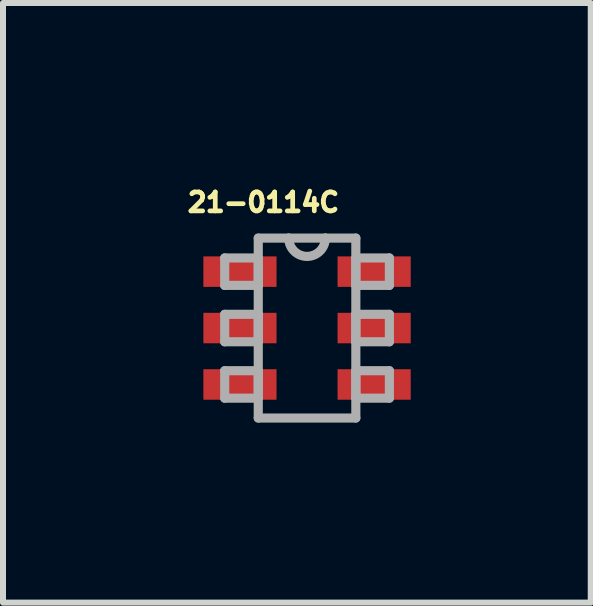
<source format=kicad_pcb>
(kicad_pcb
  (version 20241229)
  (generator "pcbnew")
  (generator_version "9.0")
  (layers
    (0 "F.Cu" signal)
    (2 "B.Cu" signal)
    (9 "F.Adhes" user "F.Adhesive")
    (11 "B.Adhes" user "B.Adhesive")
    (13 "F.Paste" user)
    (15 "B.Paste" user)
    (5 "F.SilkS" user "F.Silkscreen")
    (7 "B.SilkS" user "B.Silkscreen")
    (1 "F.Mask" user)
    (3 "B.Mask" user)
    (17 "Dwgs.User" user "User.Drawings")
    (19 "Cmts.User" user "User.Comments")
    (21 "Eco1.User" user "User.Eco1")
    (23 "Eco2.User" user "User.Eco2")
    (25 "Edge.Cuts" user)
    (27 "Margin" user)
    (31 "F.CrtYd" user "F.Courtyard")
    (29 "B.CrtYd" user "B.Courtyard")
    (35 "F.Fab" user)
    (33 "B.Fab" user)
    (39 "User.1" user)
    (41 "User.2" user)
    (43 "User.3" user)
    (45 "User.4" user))
  (footprint "21-0114C"
    (layer "F.Cu")
    (at 2.066 2.416)
    (property "Reference" "21-0114C" (at -0.727 -2.094 0) (layer "F.SilkS") (effects (font (size 0.315 0.315) (thickness 0.15))))
    (attr smd)
    (fp_line (start -1.372 -1.168) (end -1.372 -0.711) (stroke (width 0.152) (type solid)) (layer "F.Fab"))
    (fp_line (start -1.372 -0.711) (end -0.813 -0.711) (stroke (width 0.152) (type solid)) (layer "F.Fab"))
    (fp_line (start -1.372 -0.229) (end -1.372 0.229) (stroke (width 0.152) (type solid)) (layer "F.Fab"))
    (fp_line (start -1.372 0.229) (end -0.813 0.229) (stroke (width 0.152) (type solid)) (layer "F.Fab"))
    (fp_line (start -1.372 0.711) (end -1.372 1.168) (stroke (width 0.152) (type solid)) (layer "F.Fab"))
    (fp_line (start -1.372 1.168) (end -0.813 1.168) (stroke (width 0.152) (type solid)) (layer "F.Fab"))
    (fp_line (start -0.813 -1.499) (end -0.813 1.499) (stroke (width 0.152) (type solid)) (layer "F.Fab"))
    (fp_line (start -0.813 -1.168) (end -1.372 -1.168) (stroke (width 0.152) (type solid)) (layer "F.Fab"))
    (fp_line (start -0.813 -0.711) (end -0.813 -1.168) (stroke (width 0.152) (type solid)) (layer "F.Fab"))
    (fp_line (start -0.813 -0.229) (end -1.372 -0.229) (stroke (width 0.152) (type solid)) (layer "F.Fab"))
    (fp_line (start -0.813 0.229) (end -0.813 -0.229) (stroke (width 0.152) (type solid)) (layer "F.Fab"))
    (fp_line (start -0.813 0.711) (end -1.372 0.711) (stroke (width 0.152) (type solid)) (layer "F.Fab"))
    (fp_line (start -0.813 1.168) (end -0.813 0.711) (stroke (width 0.152) (type solid)) (layer "F.Fab"))
    (fp_line (start -0.813 1.499) (end 0.813 1.499) (stroke (width 0.152) (type solid)) (layer "F.Fab"))
    (fp_line (start -0.305 -1.499) (end -0.813 -1.499) (stroke (width 0.152) (type solid)) (layer "F.Fab"))
    (fp_line (start 0.305 -1.499) (end -0.305 -1.499) (stroke (width 0.152) (type solid)) (layer "F.Fab"))
    (fp_line (start 0.813 -1.499) (end 0.305 -1.499) (stroke (width 0.152) (type solid)) (layer "F.Fab"))
    (fp_line (start 0.813 -1.168) (end 0.813 -0.711) (stroke (width 0.152) (type solid)) (layer "F.Fab"))
    (fp_line (start 0.813 -0.711) (end 1.372 -0.711) (stroke (width 0.152) (type solid)) (layer "F.Fab"))
    (fp_line (start 0.813 -0.229) (end 0.813 0.229) (stroke (width 0.152) (type solid)) (layer "F.Fab"))
    (fp_line (start 0.813 0.229) (end 1.372 0.229) (stroke (width 0.152) (type solid)) (layer "F.Fab"))
    (fp_line (start 0.813 0.711) (end 0.813 1.168) (stroke (width 0.152) (type solid)) (layer "F.Fab"))
    (fp_line (start 0.813 1.168) (end 1.372 1.168) (stroke (width 0.152) (type solid)) (layer "F.Fab"))
    (fp_line (start 0.813 1.499) (end 0.813 -1.499) (stroke (width 0.152) (type solid)) (layer "F.Fab"))
    (fp_line (start 1.372 -1.168) (end 0.813 -1.168) (stroke (width 0.152) (type solid)) (layer "F.Fab"))
    (fp_line (start 1.372 -0.711) (end 1.372 -1.168) (stroke (width 0.152) (type solid)) (layer "F.Fab"))
    (fp_line (start 1.372 -0.229) (end 0.813 -0.229) (stroke (width 0.152) (type solid)) (layer "F.Fab"))
    (fp_line (start 1.372 0.229) (end 1.372 -0.229) (stroke (width 0.152) (type solid)) (layer "F.Fab"))
    (fp_line (start 1.372 0.711) (end 0.813 0.711) (stroke (width 0.152) (type solid)) (layer "F.Fab"))
    (fp_line (start 1.372 1.168) (end 1.372 0.711) (stroke (width 0.152) (type solid)) (layer "F.Fab"))
    (fp_arc (start 0.3048 -1.4986) (mid 0 -1.1938) (end -0.3048 -1.4986) (stroke (width 0.1524) (type solid)) (layer "F.Fab"))
    (pad "1" smd rect (at -1.118 -0.94) (size 1.219 0.508) (layers "F.Cu" "F.Mask" "F.Paste"))
    (pad "2" smd rect (at -1.118 0) (size 1.219 0.508) (layers "F.Cu" "F.Mask" "F.Paste"))
    (pad "3" smd rect (at -1.118 0.94) (size 1.219 0.508) (layers "F.Cu" "F.Mask" "F.Paste"))
    (pad "4" smd rect (at 1.118 0.94) (size 1.219 0.508) (layers "F.Cu" "F.Mask" "F.Paste"))
    (pad "5" smd rect (at 1.118 0) (size 1.219 0.508) (layers "F.Cu" "F.Mask" "F.Paste"))
    (pad "6" smd rect (at 1.118 -0.94) (size 1.219 0.508) (layers "F.Cu" "F.Mask" "F.Paste")))
  (gr_rect
    (start -3 -3)
    (end 6.793 6.991)
    (stroke (width 0.1) (type default))
    (fill no)
    (layer "Edge.Cuts")))
</source>
